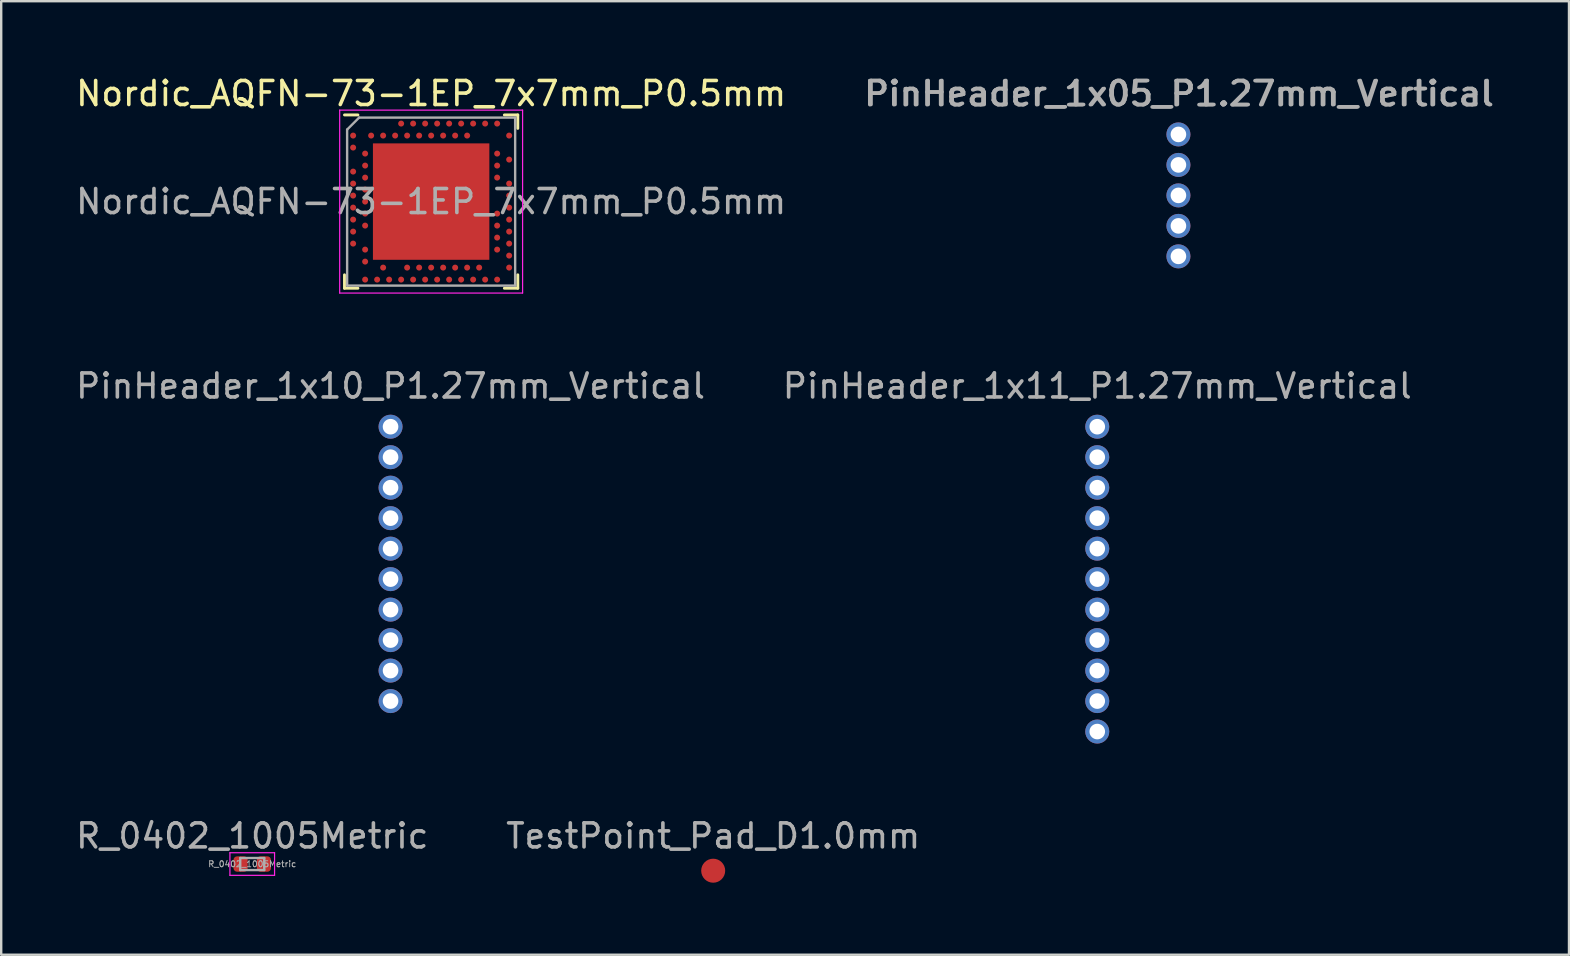
<source format=kicad_pcb>
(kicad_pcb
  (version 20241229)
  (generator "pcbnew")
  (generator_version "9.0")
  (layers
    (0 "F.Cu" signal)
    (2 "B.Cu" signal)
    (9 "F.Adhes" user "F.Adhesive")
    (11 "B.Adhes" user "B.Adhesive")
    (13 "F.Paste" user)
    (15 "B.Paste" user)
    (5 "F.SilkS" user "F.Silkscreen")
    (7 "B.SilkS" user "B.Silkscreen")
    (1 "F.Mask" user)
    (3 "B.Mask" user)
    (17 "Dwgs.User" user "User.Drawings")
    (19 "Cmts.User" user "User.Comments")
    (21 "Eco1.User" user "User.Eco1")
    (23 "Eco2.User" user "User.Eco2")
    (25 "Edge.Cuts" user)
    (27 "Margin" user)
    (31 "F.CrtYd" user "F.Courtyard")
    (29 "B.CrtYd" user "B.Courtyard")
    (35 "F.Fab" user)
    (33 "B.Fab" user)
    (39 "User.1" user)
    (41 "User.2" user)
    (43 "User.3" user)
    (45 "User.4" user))
  (footprint "PinHeader_1x10_P1.27mm_Vertical"
    (layer "F.Cu")
    (at 13.22 14.726)
    (property "Reference" "PinHeader_1x10_P1.27mm_Vertical" (at 0 -1.695 0) (layer "F.Fab") (effects (font (size 1 1) (thickness 0.15))))
    (attr through_hole)
    (pad "1" thru_hole circle (at 0 0) (size 1 1) (drill 0.65) (layers "*.Cu" "*.Mask"))
    (pad "2" thru_hole oval (at 0 1.27) (size 1 1) (drill 0.65) (layers "*.Cu" "*.Mask"))
    (pad "3" thru_hole oval (at 0 2.54) (size 1 1) (drill 0.65) (layers "*.Cu" "*.Mask"))
    (pad "4" thru_hole oval (at 0 3.81) (size 1 1) (drill 0.65) (layers "*.Cu" "*.Mask"))
    (pad "5" thru_hole oval (at 0 5.08) (size 1 1) (drill 0.65) (layers "*.Cu" "*.Mask"))
    (pad "6" thru_hole oval (at 0 6.35) (size 1 1) (drill 0.65) (layers "*.Cu" "*.Mask"))
    (pad "7" thru_hole oval (at 0 7.62) (size 1 1) (drill 0.65) (layers "*.Cu" "*.Mask"))
    (pad "8" thru_hole oval (at 0 8.89) (size 1 1) (drill 0.65) (layers "*.Cu" "*.Mask"))
    (pad "9" thru_hole oval (at 0 10.16) (size 1 1) (drill 0.65) (layers "*.Cu" "*.Mask"))
    (pad "10" thru_hole oval (at 0 11.43) (size 1 1) (drill 0.65) (layers "*.Cu" "*.Mask")))
  (footprint "TestPoint_Pad_D1.0mm"
    (layer "F.Cu")
    (at 26.661 33.223)
    (property "Reference" "TestPoint_Pad_D1.0mm" (at 0 -1.448 0) (layer "F.Fab") (effects (font (size 1 1) (thickness 0.15))))
    (attr exclude_from_pos_files exclude_from_bom)
    (pad "1" smd circle (at 0 0) (size 1 1) (layers "F.Cu" "F.Mask")))
  (footprint "Nordic_AQFN-73-1EP_7x7mm_P0.5mm"
    (layer "F.Cu")
    (at 14.911 5.348)
    (property "Reference" "Nordic_AQFN-73-1EP_7x7mm_P0.5mm" (at 0 -4.5 0) (layer "F.SilkS") (effects (font (size 1 1) (thickness 0.15))))
    (attr smd)
    (fp_line (start -3.61 -3.61) (end -3.05 -3.61) (stroke (width 0.12) (type solid)) (layer "F.SilkS"))
    (fp_line (start -3.61 3.61) (end -3.61 3.05) (stroke (width 0.12) (type solid)) (layer "F.SilkS"))
    (fp_line (start -3.61 3.61) (end -3.05 3.61) (stroke (width 0.12) (type solid)) (layer "F.SilkS"))
    (fp_line (start 3.61 -3.61) (end 3.05 -3.61) (stroke (width 0.12) (type solid)) (layer "F.SilkS"))
    (fp_line (start 3.61 -3.61) (end 3.61 -3.05) (stroke (width 0.12) (type solid)) (layer "F.SilkS"))
    (fp_line (start 3.61 3.61) (end 3.05 3.61) (stroke (width 0.12) (type solid)) (layer "F.SilkS"))
    (fp_line (start 3.61 3.61) (end 3.61 3.05) (stroke (width 0.12) (type solid)) (layer "F.SilkS"))
    (fp_line (start -3.81 -3.81) (end 3.81 -3.81) (stroke (width 0.05) (type solid)) (layer "F.CrtYd"))
    (fp_line (start -3.81 3.81) (end -3.81 -3.81) (stroke (width 0.05) (type solid)) (layer "F.CrtYd"))
    (fp_line (start 3.81 -3.81) (end 3.81 3.81) (stroke (width 0.05) (type solid)) (layer "F.CrtYd"))
    (fp_line (start 3.81 3.81) (end -3.81 3.81) (stroke (width 0.05) (type solid)) (layer "F.CrtYd"))
    (fp_line (start -3.5 -3) (end -3.5 3.5) (stroke (width 0.1) (type solid)) (layer "F.Fab"))
    (fp_line (start -3.5 -3) (end -3 -3.5) (stroke (width 0.1) (type solid)) (layer "F.Fab"))
    (fp_line (start -3.5 3.5) (end 3.5 3.5) (stroke (width 0.1) (type solid)) (layer "F.Fab"))
    (fp_line (start -3 -3.5) (end 3.5 -3.5) (stroke (width 0.1) (type solid)) (layer "F.Fab"))
    (fp_line (start 3.5 -3.5) (end 3.5 3.5) (stroke (width 0.1) (type solid)) (layer "F.Fab"))
    (fp_text user "${REFERENCE}" (at 0 0 0) (layer "F.Fab") (effects (font (size 1 1) (thickness 0.15))))
    (pad "" smd rect (at -1.212 -1.212 180) (size 2 2) (layers "F.Paste"))
    (pad "" smd rect (at -1.212 1.212 180) (size 2 2) (layers "F.Paste"))
    (pad "" smd rect (at 1.212 -1.212 180) (size 2 2) (layers "F.Paste"))
    (pad "" smd rect (at 1.212 1.212 180) (size 2 2) (layers "F.Paste"))
    (pad "A8" smd circle (at -1.25 -3.25 180) (size 0.25 0.25) (layers "F.Cu" "F.Mask" "F.Paste"))
    (pad "A10" smd circle (at -0.75 -3.25 180) (size 0.25 0.25) (layers "F.Cu" "F.Mask" "F.Paste"))
    (pad "A12" smd circle (at -0.25 -3.25 180) (size 0.25 0.25) (layers "F.Cu" "F.Mask" "F.Paste"))
    (pad "A14" smd circle (at 0.25 -3.25 180) (size 0.25 0.25) (layers "F.Cu" "F.Mask" "F.Paste"))
    (pad "A16" smd circle (at 0.75 -3.25 180) (size 0.25 0.25) (layers "F.Cu" "F.Mask" "F.Paste"))
    (pad "A18" smd circle (at 1.25 -3.25 180) (size 0.25 0.25) (layers "F.Cu" "F.Mask" "F.Paste"))
    (pad "A20" smd circle (at 1.75 -3.25 180) (size 0.25 0.25) (layers "F.Cu" "F.Mask" "F.Paste"))
    (pad "A22" smd circle (at 2.25 -3.25 180) (size 0.25 0.25) (layers "F.Cu" "F.Mask" "F.Paste"))
    (pad "A23" smd circle (at 2.75 -3.25 180) (size 0.25 0.25) (layers "F.Cu" "F.Mask" "F.Paste"))
    (pad "AA24" smd circle (at 3.25 2.25 180) (size 0.25 0.25) (layers "F.Cu" "F.Mask" "F.Paste"))
    (pad "AB2" smd circle (at -2.75 2.5 180) (size 0.25 0.25) (layers "F.Cu" "F.Mask" "F.Paste"))
    (pad "AC5" smd circle (at -2 2.75 180) (size 0.25 0.25) (layers "F.Cu" "F.Mask" "F.Paste"))
    (pad "AC9" smd circle (at -1 2.75 180) (size 0.25 0.25) (layers "F.Cu" "F.Mask" "F.Paste"))
    (pad "AC11" smd circle (at -0.5 2.75 180) (size 0.25 0.25) (layers "F.Cu" "F.Mask" "F.Paste"))
    (pad "AC13" smd circle (at 0 2.75 180) (size 0.25 0.25) (layers "F.Cu" "F.Mask" "F.Paste"))
    (pad "AC15" smd circle (at 0.5 2.75 180) (size 0.25 0.25) (layers "F.Cu" "F.Mask" "F.Paste"))
    (pad "AC17" smd circle (at 1 2.75 180) (size 0.25 0.25) (layers "F.Cu" "F.Mask" "F.Paste"))
    (pad "AC19" smd circle (at 1.5 2.75 180) (size 0.25 0.25) (layers "F.Cu" "F.Mask" "F.Paste"))
    (pad "AC21" smd circle (at 2 2.75 180) (size 0.25 0.25) (layers "F.Cu" "F.Mask" "F.Paste"))
    (pad "AC24" smd circle (at 3.25 2.75 180) (size 0.25 0.25) (layers "F.Cu" "F.Mask" "F.Paste"))
    (pad "AD2" smd circle (at -2.75 3.25 180) (size 0.25 0.25) (layers "F.Cu" "F.Mask" "F.Paste"))
    (pad "AD4" smd circle (at -2.25 3.25 180) (size 0.25 0.25) (layers "F.Cu" "F.Mask" "F.Paste"))
    (pad "AD6" smd circle (at -1.75 3.25 180) (size 0.25 0.25) (layers "F.Cu" "F.Mask" "F.Paste"))
    (pad "AD8" smd circle (at -1.25 3.25 180) (size 0.25 0.25) (layers "F.Cu" "F.Mask" "F.Paste"))
    (pad "AD10" smd circle (at -0.75 3.25 180) (size 0.25 0.25) (layers "F.Cu" "F.Mask" "F.Paste"))
    (pad "AD12" smd circle (at -0.25 3.25 180) (size 0.25 0.25) (layers "F.Cu" "F.Mask" "F.Paste"))
    (pad "AD14" smd circle (at 0.25 3.25 180) (size 0.25 0.25) (layers "F.Cu" "F.Mask" "F.Paste"))
    (pad "AD16" smd circle (at 0.75 3.25 180) (size 0.25 0.25) (layers "F.Cu" "F.Mask" "F.Paste"))
    (pad "AD18" smd circle (at 1.25 3.25 180) (size 0.25 0.25) (layers "F.Cu" "F.Mask" "F.Paste"))
    (pad "AD20" smd circle (at 1.75 3.25 180) (size 0.25 0.25) (layers "F.Cu" "F.Mask" "F.Paste"))
    (pad "AD22" smd circle (at 2.25 3.25 180) (size 0.25 0.25) (layers "F.Cu" "F.Mask" "F.Paste"))
    (pad "AD23" smd circle (at 2.75 3.25 180) (size 0.25 0.25) (layers "F.Cu" "F.Mask" "F.Paste"))
    (pad "B1" smd circle (at -3.25 -2.75 180) (size 0.25 0.25) (layers "F.Cu" "F.Mask" "F.Paste"))
    (pad "B3" smd circle (at -2.5 -2.75 180) (size 0.25 0.25) (layers "F.Cu" "F.Mask" "F.Paste"))
    (pad "B5" smd circle (at -2 -2.75 180) (size 0.25 0.25) (layers "F.Cu" "F.Mask" "F.Paste"))
    (pad "B7" smd circle (at -1.5 -2.75 180) (size 0.25 0.25) (layers "F.Cu" "F.Mask" "F.Paste"))
    (pad "B9" smd circle (at -1 -2.75 180) (size 0.25 0.25) (layers "F.Cu" "F.Mask" "F.Paste"))
    (pad "B11" smd circle (at -0.5 -2.75 180) (size 0.25 0.25) (layers "F.Cu" "F.Mask" "F.Paste"))
    (pad "B13" smd circle (at 0 -2.75 180) (size 0.25 0.25) (layers "F.Cu" "F.Mask" "F.Paste"))
    (pad "B15" smd circle (at 0.5 -2.75 180) (size 0.25 0.25) (layers "F.Cu" "F.Mask" "F.Paste"))
    (pad "B17" smd circle (at 1 -2.75 180) (size 0.25 0.25) (layers "F.Cu" "F.Mask" "F.Paste"))
    (pad "B19" smd circle (at 1.5 -2.75 180) (size 0.25 0.25) (layers "F.Cu" "F.Mask" "F.Paste"))
    (pad "B24" smd circle (at 3.25 -2.75 180) (size 0.25 0.25) (layers "F.Cu" "F.Mask" "F.Paste"))
    (pad "C1" smd circle (at -3.25 -2.25 180) (size 0.25 0.25) (layers "F.Cu" "F.Mask" "F.Paste"))
    (pad "D2" smd circle (at -2.75 -2 180) (size 0.25 0.25) (layers "F.Cu" "F.Mask" "F.Paste"))
    (pad "D23" smd circle (at 2.75 -2 180) (size 0.25 0.25) (layers "F.Cu" "F.Mask" "F.Paste"))
    (pad "E24" smd circle (at 3.25 -1.75 180) (size 0.25 0.25) (layers "F.Cu" "F.Mask" "F.Paste"))
    (pad "EP" smd rect (at 0 0 180) (size 4.85 4.85) (layers "F.Cu" "F.Mask"))
    (pad "F2" smd circle (at -2.75 -1.5 180) (size 0.25 0.25) (layers "F.Cu" "F.Mask" "F.Paste"))
    (pad "F23" smd circle (at 2.75 -1.5 180) (size 0.25 0.25) (layers "F.Cu" "F.Mask" "F.Paste"))
    (pad "G1" smd circle (at -3.25 -1.25 180) (size 0.25 0.25) (layers "F.Cu" "F.Mask" "F.Paste"))
    (pad "H2" smd circle (at -2.75 -1 180) (size 0.25 0.25) (layers "F.Cu" "F.Mask" "F.Paste"))
    (pad "H23" smd circle (at 2.75 -1 180) (size 0.25 0.25) (layers "F.Cu" "F.Mask" "F.Paste"))
    (pad "J1" smd circle (at -3.25 -0.75 180) (size 0.25 0.25) (layers "F.Cu" "F.Mask" "F.Paste"))
    (pad "J24" smd circle (at 3.25 -0.75 180) (size 0.25 0.25) (layers "F.Cu" "F.Mask" "F.Paste"))
    (pad "K2" smd circle (at -2.75 -0.5 180) (size 0.25 0.25) (layers "F.Cu" "F.Mask" "F.Paste"))
    (pad "L1" smd circle (at -3.25 -0.25 180) (size 0.25 0.25) (layers "F.Cu" "F.Mask" "F.Paste"))
    (pad "L24" smd circle (at 3.25 -0.25 180) (size 0.25 0.25) (layers "F.Cu" "F.Mask" "F.Paste"))
    (pad "M2" smd circle (at -2.75 0 180) (size 0.25 0.25) (layers "F.Cu" "F.Mask" "F.Paste"))
    (pad "N1" smd circle (at -3.25 0.25 180) (size 0.25 0.25) (layers "F.Cu" "F.Mask" "F.Paste"))
    (pad "N24" smd circle (at 3.25 0.25 180) (size 0.25 0.25) (layers "F.Cu" "F.Mask" "F.Paste"))
    (pad "P2" smd circle (at -2.75 0.5 180) (size 0.25 0.25) (layers "F.Cu" "F.Mask" "F.Paste"))
    (pad "P23" smd circle (at 2.75 0.5 180) (size 0.25 0.25) (layers "F.Cu" "F.Mask" "F.Paste"))
    (pad "R1" smd circle (at -3.25 0.75 180) (size 0.25 0.25) (layers "F.Cu" "F.Mask" "F.Paste"))
    (pad "R24" smd circle (at 3.25 0.75 180) (size 0.25 0.25) (layers "F.Cu" "F.Mask" "F.Paste"))
    (pad "T2" smd circle (at -2.75 1 180) (size 0.25 0.25) (layers "F.Cu" "F.Mask" "F.Paste"))
    (pad "T23" smd circle (at 2.75 1 180) (size 0.25 0.25) (layers "F.Cu" "F.Mask" "F.Paste"))
    (pad "U1" smd circle (at -3.25 1.25 180) (size 0.25 0.25) (layers "F.Cu" "F.Mask" "F.Paste"))
    (pad "U24" smd circle (at 3.25 1.25 180) (size 0.25 0.25) (layers "F.Cu" "F.Mask" "F.Paste"))
    (pad "V23" smd circle (at 2.75 1.5 180) (size 0.25 0.25) (layers "F.Cu" "F.Mask" "F.Paste"))
    (pad "W1" smd circle (at -3.25 1.75 180) (size 0.25 0.25) (layers "F.Cu" "F.Mask" "F.Paste"))
    (pad "W24" smd circle (at 3.25 1.75 180) (size 0.25 0.25) (layers "F.Cu" "F.Mask" "F.Paste"))
    (pad "Y2" smd circle (at -2.75 2 180) (size 0.25 0.25) (layers "F.Cu" "F.Mask" "F.Paste"))
    (pad "Y23" smd circle (at 2.75 2 180) (size 0.25 0.25) (layers "F.Cu" "F.Mask" "F.Paste")))
  (footprint "PinHeader_1x11_P1.27mm_Vertical"
    (layer "F.Cu")
    (at 42.661 14.726)
    (property "Reference" "PinHeader_1x11_P1.27mm_Vertical" (at 0 -1.695 0) (layer "F.Fab") (effects (font (size 1 1) (thickness 0.15))))
    (attr through_hole)
    (pad "1" thru_hole circle (at 0 0) (size 1 1) (drill 0.65) (layers "*.Cu" "*.Mask"))
    (pad "2" thru_hole oval (at 0 1.27) (size 1 1) (drill 0.65) (layers "*.Cu" "*.Mask"))
    (pad "3" thru_hole oval (at 0 2.54) (size 1 1) (drill 0.65) (layers "*.Cu" "*.Mask"))
    (pad "4" thru_hole oval (at 0 3.81) (size 1 1) (drill 0.65) (layers "*.Cu" "*.Mask"))
    (pad "5" thru_hole oval (at 0 5.08) (size 1 1) (drill 0.65) (layers "*.Cu" "*.Mask"))
    (pad "6" thru_hole oval (at 0 6.35) (size 1 1) (drill 0.65) (layers "*.Cu" "*.Mask"))
    (pad "7" thru_hole oval (at 0 7.62) (size 1 1) (drill 0.65) (layers "*.Cu" "*.Mask"))
    (pad "8" thru_hole oval (at 0 8.89) (size 1 1) (drill 0.65) (layers "*.Cu" "*.Mask"))
    (pad "9" thru_hole oval (at 0 10.16) (size 1 1) (drill 0.65) (layers "*.Cu" "*.Mask"))
    (pad "10" thru_hole oval (at 0 11.43) (size 1 1) (drill 0.65) (layers "*.Cu" "*.Mask"))
    (pad "11" thru_hole oval (at 0 12.7) (size 1 1) (drill 0.65) (layers "*.Cu" "*.Mask")))
  (footprint "R_0402_1005Metric"
    (layer "F.Cu")
    (at 7.458 32.945)
    (property "Reference" "R_0402_1005Metric" (at 0 -1.17 0) (layer "F.Fab") (effects (font (size 1 1) (thickness 0.15))))
    (attr smd)
    (fp_line (start -0.93 -0.47) (end 0.93 -0.47) (stroke (width 0.05) (type solid)) (layer "F.CrtYd"))
    (fp_line (start -0.93 0.47) (end -0.93 -0.47) (stroke (width 0.05) (type solid)) (layer "F.CrtYd"))
    (fp_line (start 0.93 -0.47) (end 0.93 0.47) (stroke (width 0.05) (type solid)) (layer "F.CrtYd"))
    (fp_line (start 0.93 0.47) (end -0.93 0.47) (stroke (width 0.05) (type solid)) (layer "F.CrtYd"))
    (fp_line (start -0.5 -0.25) (end 0.5 -0.25) (stroke (width 0.1) (type solid)) (layer "F.Fab"))
    (fp_line (start -0.5 0.25) (end -0.5 -0.25) (stroke (width 0.1) (type solid)) (layer "F.Fab"))
    (fp_line (start 0.5 -0.25) (end 0.5 0.25) (stroke (width 0.1) (type solid)) (layer "F.Fab"))
    (fp_line (start 0.5 0.25) (end -0.5 0.25) (stroke (width 0.1) (type solid)) (layer "F.Fab"))
    (fp_text user "${REFERENCE}" (at 0 0 0) (layer "F.Fab") (effects (font (size 0.25 0.25) (thickness 0.04))))
    (pad "1" smd roundrect (at -0.485 0) (size 0.59 0.64) (layers "F.Cu" "F.Mask" "F.Paste") (roundrect_rratio 0.25))
    (pad "2" smd roundrect (at 0.485 0) (size 0.59 0.64) (layers "F.Cu" "F.Mask" "F.Paste") (roundrect_rratio 0.25)))
  (footprint "PinHeader_1x05_P1.27mm_Vertical"
    (layer "F.Cu")
    (at 46.042 2.55)
    (property "Reference" "PinHeader_1x05_P1.27mm_Vertical" (at 0 -1.695 0) (layer "F.Fab") (effects (font (size 1 1) (thickness 0.15))))
    (attr through_hole)
    (fp_text user "${REFERENCE}" (at 0.051 -1.702 180) (layer "F.Fab") (effects (font (size 1 1) (thickness 0.15))))
    (pad "1" thru_hole circle (at 0 0) (size 1 1) (drill 0.65) (layers "*.Cu" "*.Mask"))
    (pad "2" thru_hole oval (at 0 1.27) (size 1 1) (drill 0.65) (layers "*.Cu" "*.Mask"))
    (pad "3" thru_hole oval (at 0 2.54) (size 1 1) (drill 0.65) (layers "*.Cu" "*.Mask"))
    (pad "4" thru_hole oval (at 0 3.81) (size 1 1) (drill 0.65) (layers "*.Cu" "*.Mask"))
    (pad "5" thru_hole oval (at 0 5.08) (size 1 1) (drill 0.65) (layers "*.Cu" "*.Mask")))
  (gr_rect
    (start -3 -3)
    (end 62.313 36.723)
    (stroke (width 0.1) (type default))
    (fill no)
    (layer "Edge.Cuts")))
</source>
